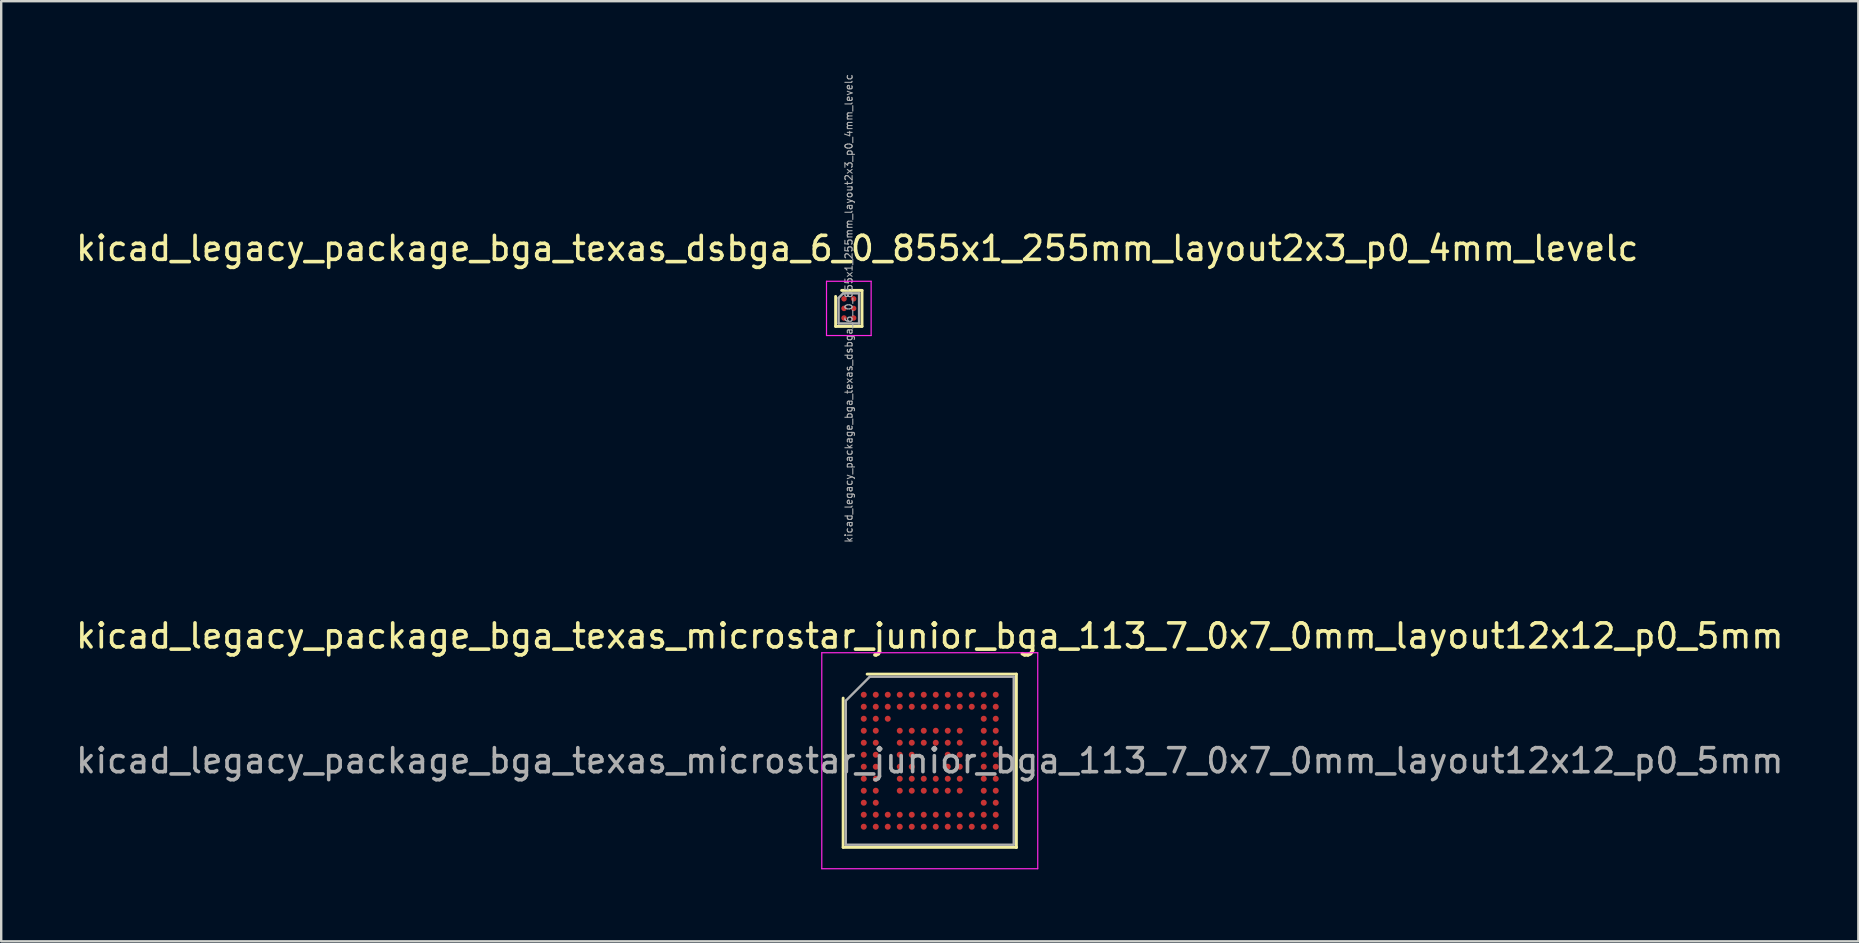
<source format=kicad_pcb>
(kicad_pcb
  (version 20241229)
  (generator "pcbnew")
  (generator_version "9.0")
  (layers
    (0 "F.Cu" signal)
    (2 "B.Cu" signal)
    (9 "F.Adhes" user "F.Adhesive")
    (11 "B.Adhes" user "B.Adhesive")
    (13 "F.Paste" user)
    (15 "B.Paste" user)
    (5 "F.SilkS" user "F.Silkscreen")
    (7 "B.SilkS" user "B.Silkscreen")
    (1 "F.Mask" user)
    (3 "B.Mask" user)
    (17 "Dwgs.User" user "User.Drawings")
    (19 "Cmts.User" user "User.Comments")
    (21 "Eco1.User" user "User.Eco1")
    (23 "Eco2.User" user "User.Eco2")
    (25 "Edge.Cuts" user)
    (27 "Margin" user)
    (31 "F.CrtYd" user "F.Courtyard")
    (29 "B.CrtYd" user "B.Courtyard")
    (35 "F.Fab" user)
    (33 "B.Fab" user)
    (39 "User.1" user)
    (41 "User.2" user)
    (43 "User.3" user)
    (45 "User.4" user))
  (footprint "kicad_legacy_package_bga_texas_dsbga_6_0_855x1_255mm_layout2x3_p0_4mm_levelc"
    (layer "F.Cu")
    (at 32.323 9.802)
    (property "Reference" "kicad_legacy_package_bga_texas_dsbga_6_0_855x1_255mm_layout2x3_p0_4mm_levelc" (at 0.35 -2.5 0) (layer "F.SilkS") (effects (font (size 1 1) (thickness 0.15))))
    (attr smd)
    (fp_line (start -0.55 0.75) (end -0.55 -0.5) (stroke (width 0.12) (type solid)) (layer "F.SilkS"))
    (fp_line (start -0.3 -0.75) (end 0.55 -0.75) (stroke (width 0.12) (type solid)) (layer "F.SilkS"))
    (fp_line (start 0.55 -0.75) (end 0.55 0.75) (stroke (width 0.12) (type solid)) (layer "F.SilkS"))
    (fp_line (start 0.55 0.75) (end -0.55 0.75) (stroke (width 0.12) (type solid)) (layer "F.SilkS"))
    (fp_rect (start -0.275 -0.475) (end -0.125 -0.325) (stroke (width 0.1) (type solid)) (fill yes) (layer "F.Paste"))
    (fp_rect (start -0.275 -0.075) (end -0.125 0.075) (stroke (width 0.1) (type solid)) (fill yes) (layer "F.Paste"))
    (fp_rect (start -0.275 0.325) (end -0.125 0.475) (stroke (width 0.1) (type solid)) (fill yes) (layer "F.Paste"))
    (fp_rect (start 0.125 -0.475) (end 0.275 -0.325) (stroke (width 0.1) (type solid)) (fill yes) (layer "F.Paste"))
    (fp_rect (start 0.125 -0.075) (end 0.275 0.075) (stroke (width 0.1) (type solid)) (fill yes) (layer "F.Paste"))
    (fp_rect (start 0.125 0.325) (end 0.275 0.475) (stroke (width 0.1) (type solid)) (fill yes) (layer "F.Paste"))
    (fp_line (start -0.93 -1.13) (end -0.93 1.13) (stroke (width 0.05) (type solid)) (layer "F.CrtYd"))
    (fp_line (start -0.93 1.13) (end 0.93 1.13) (stroke (width 0.05) (type solid)) (layer "F.CrtYd"))
    (fp_line (start 0.93 -1.13) (end -0.93 -1.13) (stroke (width 0.05) (type solid)) (layer "F.CrtYd"))
    (fp_line (start 0.93 1.13) (end 0.93 -1.13) (stroke (width 0.05) (type solid)) (layer "F.CrtYd"))
    (fp_line (start -0.427 -0.438) (end -0.237 -0.627) (stroke (width 0.1) (type solid)) (layer "F.Fab"))
    (fp_line (start -0.427 0.627) (end -0.427 -0.438) (stroke (width 0.1) (type solid)) (layer "F.Fab"))
    (fp_line (start -0.237 -0.627) (end 0.427 -0.627) (stroke (width 0.1) (type solid)) (layer "F.Fab"))
    (fp_line (start 0.427 -0.627) (end 0.427 0.627) (stroke (width 0.1) (type solid)) (layer "F.Fab"))
    (fp_line (start 0.427 0.627) (end -0.427 0.627) (stroke (width 0.1) (type solid)) (layer "F.Fab"))
    (fp_text user "${REFERENCE}" (at 0 0 270) (layer "F.Fab") (effects (font (size 0.3 0.3) (thickness 0.045))))
    (pad "A1" smd circle (at -0.2 -0.4) (size 0.23 0.23) (layers "F.Cu" "F.Mask"))
    (pad "A2" smd circle (at 0.2 -0.4) (size 0.23 0.23) (layers "F.Cu" "F.Mask"))
    (pad "B1" smd circle (at -0.2 0) (size 0.23 0.23) (layers "F.Cu" "F.Mask"))
    (pad "B2" smd circle (at 0.2 0) (size 0.23 0.23) (layers "F.Cu" "F.Mask"))
    (pad "C1" smd circle (at -0.2 0.4) (size 0.23 0.23) (layers "F.Cu" "F.Mask"))
    (pad "C2" smd circle (at 0.2 0.4) (size 0.23 0.23) (layers "F.Cu" "F.Mask")))
  (footprint "kicad_legacy_package_bga_texas_microstar_junior_bga_113_7_0x7_0mm_layout12x12_p0_5mm"
    (layer "F.Cu")
    (at 35.696 28.652)
    (property "Reference" "kicad_legacy_package_bga_texas_microstar_junior_bga_113_7_0x7_0mm_layout12x12_p0_5mm" (at 0 -5.2 0) (layer "F.SilkS") (effects (font (size 1 1) (thickness 0.15))))
    (attr smd)
    (fp_line (start -3.61 3.61) (end -3.61 -2.61) (stroke (width 0.12) (type solid)) (layer "F.SilkS"))
    (fp_line (start -2.61 -3.61) (end 3.61 -3.61) (stroke (width 0.12) (type solid)) (layer "F.SilkS"))
    (fp_line (start 3.61 -3.61) (end 3.61 3.61) (stroke (width 0.12) (type solid)) (layer "F.SilkS"))
    (fp_line (start 3.61 3.61) (end -3.61 3.61) (stroke (width 0.12) (type solid)) (layer "F.SilkS"))
    (fp_line (start 3.61 3.61) (end 3.61 3.61) (stroke (width 0.12) (type solid)) (layer "F.SilkS"))
    (fp_line (start -4.5 -4.5) (end 4.5 -4.5) (stroke (width 0.05) (type solid)) (layer "F.CrtYd"))
    (fp_line (start -4.5 4.5) (end -4.5 -4.5) (stroke (width 0.05) (type solid)) (layer "F.CrtYd"))
    (fp_line (start 4.5 -4.5) (end 4.5 4.5) (stroke (width 0.05) (type solid)) (layer "F.CrtYd"))
    (fp_line (start 4.5 4.5) (end -4.5 4.5) (stroke (width 0.05) (type solid)) (layer "F.CrtYd"))
    (fp_line (start -3.5 3.5) (end -3.5 -2.5) (stroke (width 0.1) (type solid)) (layer "F.Fab"))
    (fp_line (start -2.5 -3.5) (end -3.5 -2.5) (stroke (width 0.1) (type solid)) (layer "F.Fab"))
    (fp_line (start -2.5 -3.5) (end 3.5 -3.5) (stroke (width 0.1) (type solid)) (layer "F.Fab"))
    (fp_line (start 3.5 -3.5) (end 3.5 3.5) (stroke (width 0.1) (type solid)) (layer "F.Fab"))
    (fp_line (start 3.5 3.5) (end -3.5 3.5) (stroke (width 0.1) (type solid)) (layer "F.Fab"))
    (fp_text user "${REFERENCE}" (at 0 0 0) (layer "F.Fab") (effects (font (size 1 1) (thickness 0.15))))
    (pad "A1" smd circle (at -2.75 -2.75) (size 0.25 0.25) (layers "F.Cu" "F.Mask" "F.Paste"))
    (pad "A2" smd circle (at -2.25 -2.75) (size 0.25 0.25) (layers "F.Cu" "F.Mask" "F.Paste"))
    (pad "A3" smd circle (at -1.75 -2.75) (size 0.25 0.25) (layers "F.Cu" "F.Mask" "F.Paste"))
    (pad "A4" smd circle (at -1.25 -2.75) (size 0.25 0.25) (layers "F.Cu" "F.Mask" "F.Paste"))
    (pad "A5" smd circle (at -0.75 -2.75) (size 0.25 0.25) (layers "F.Cu" "F.Mask" "F.Paste"))
    (pad "A6" smd circle (at -0.25 -2.75) (size 0.25 0.25) (layers "F.Cu" "F.Mask" "F.Paste"))
    (pad "A7" smd circle (at 0.25 -2.75) (size 0.25 0.25) (layers "F.Cu" "F.Mask" "F.Paste"))
    (pad "A8" smd circle (at 0.75 -2.75) (size 0.25 0.25) (layers "F.Cu" "F.Mask" "F.Paste"))
    (pad "A9" smd circle (at 1.25 -2.75) (size 0.25 0.25) (layers "F.Cu" "F.Mask" "F.Paste"))
    (pad "A10" smd circle (at 1.75 -2.75) (size 0.25 0.25) (layers "F.Cu" "F.Mask" "F.Paste"))
    (pad "A11" smd circle (at 2.25 -2.75) (size 0.25 0.25) (layers "F.Cu" "F.Mask" "F.Paste"))
    (pad "A12" smd circle (at 2.75 -2.75) (size 0.25 0.25) (layers "F.Cu" "F.Mask" "F.Paste"))
    (pad "B1" smd circle (at -2.75 -2.25) (size 0.25 0.25) (layers "F.Cu" "F.Mask" "F.Paste"))
    (pad "B2" smd circle (at -2.25 -2.25) (size 0.25 0.25) (layers "F.Cu" "F.Mask" "F.Paste"))
    (pad "B3" smd circle (at -1.75 -2.25) (size 0.25 0.25) (layers "F.Cu" "F.Mask" "F.Paste"))
    (pad "B4" smd circle (at -1.25 -2.25) (size 0.25 0.25) (layers "F.Cu" "F.Mask" "F.Paste"))
    (pad "B5" smd circle (at -0.75 -2.25) (size 0.25 0.25) (layers "F.Cu" "F.Mask" "F.Paste"))
    (pad "B6" smd circle (at -0.25 -2.25) (size 0.25 0.25) (layers "F.Cu" "F.Mask" "F.Paste"))
    (pad "B7" smd circle (at 0.25 -2.25) (size 0.25 0.25) (layers "F.Cu" "F.Mask" "F.Paste"))
    (pad "B8" smd circle (at 0.75 -2.25) (size 0.25 0.25) (layers "F.Cu" "F.Mask" "F.Paste"))
    (pad "B9" smd circle (at 1.25 -2.25) (size 0.25 0.25) (layers "F.Cu" "F.Mask" "F.Paste"))
    (pad "B10" smd circle (at 1.75 -2.25) (size 0.25 0.25) (layers "F.Cu" "F.Mask" "F.Paste"))
    (pad "B11" smd circle (at 2.25 -2.25) (size 0.25 0.25) (layers "F.Cu" "F.Mask" "F.Paste"))
    (pad "B12" smd circle (at 2.75 -2.25) (size 0.25 0.25) (layers "F.Cu" "F.Mask" "F.Paste"))
    (pad "C1" smd circle (at -2.75 -1.75) (size 0.25 0.25) (layers "F.Cu" "F.Mask" "F.Paste"))
    (pad "C2" smd circle (at -2.25 -1.75) (size 0.25 0.25) (layers "F.Cu" "F.Mask" "F.Paste"))
    (pad "C3" smd circle (at -1.75 -1.75) (size 0.25 0.25) (layers "F.Cu" "F.Mask" "F.Paste"))
    (pad "C11" smd circle (at 2.25 -1.75) (size 0.25 0.25) (layers "F.Cu" "F.Mask" "F.Paste"))
    (pad "C12" smd circle (at 2.75 -1.75) (size 0.25 0.25) (layers "F.Cu" "F.Mask" "F.Paste"))
    (pad "D1" smd circle (at -2.75 -1.25) (size 0.25 0.25) (layers "F.Cu" "F.Mask" "F.Paste"))
    (pad "D2" smd circle (at -2.25 -1.25) (size 0.25 0.25) (layers "F.Cu" "F.Mask" "F.Paste"))
    (pad "D4" smd circle (at -1.25 -1.25) (size 0.25 0.25) (layers "F.Cu" "F.Mask" "F.Paste"))
    (pad "D5" smd circle (at -0.75 -1.25) (size 0.25 0.25) (layers "F.Cu" "F.Mask" "F.Paste"))
    (pad "D6" smd circle (at -0.25 -1.25) (size 0.25 0.25) (layers "F.Cu" "F.Mask" "F.Paste"))
    (pad "D7" smd circle (at 0.25 -1.25) (size 0.25 0.25) (layers "F.Cu" "F.Mask" "F.Paste"))
    (pad "D8" smd circle (at 0.75 -1.25) (size 0.25 0.25) (layers "F.Cu" "F.Mask" "F.Paste"))
    (pad "D9" smd circle (at 1.25 -1.25) (size 0.25 0.25) (layers "F.Cu" "F.Mask" "F.Paste"))
    (pad "D11" smd circle (at 2.25 -1.25) (size 0.25 0.25) (layers "F.Cu" "F.Mask" "F.Paste"))
    (pad "D12" smd circle (at 2.75 -1.25) (size 0.25 0.25) (layers "F.Cu" "F.Mask" "F.Paste"))
    (pad "E1" smd circle (at -2.75 -0.75) (size 0.25 0.25) (layers "F.Cu" "F.Mask" "F.Paste"))
    (pad "E2" smd circle (at -2.25 -0.75) (size 0.25 0.25) (layers "F.Cu" "F.Mask" "F.Paste"))
    (pad "E4" smd circle (at -1.25 -0.75) (size 0.25 0.25) (layers "F.Cu" "F.Mask" "F.Paste"))
    (pad "E5" smd circle (at -0.75 -0.75) (size 0.25 0.25) (layers "F.Cu" "F.Mask" "F.Paste"))
    (pad "E6" smd circle (at -0.25 -0.75) (size 0.25 0.25) (layers "F.Cu" "F.Mask" "F.Paste"))
    (pad "E7" smd circle (at 0.25 -0.75) (size 0.25 0.25) (layers "F.Cu" "F.Mask" "F.Paste"))
    (pad "E8" smd circle (at 0.75 -0.75) (size 0.25 0.25) (layers "F.Cu" "F.Mask" "F.Paste"))
    (pad "E9" smd circle (at 1.25 -0.75) (size 0.25 0.25) (layers "F.Cu" "F.Mask" "F.Paste"))
    (pad "E11" smd circle (at 2.25 -0.75) (size 0.25 0.25) (layers "F.Cu" "F.Mask" "F.Paste"))
    (pad "E12" smd circle (at 2.75 -0.75) (size 0.25 0.25) (layers "F.Cu" "F.Mask" "F.Paste"))
    (pad "F1" smd circle (at -2.75 -0.25) (size 0.25 0.25) (layers "F.Cu" "F.Mask" "F.Paste"))
    (pad "F2" smd circle (at -2.25 -0.25) (size 0.25 0.25) (layers "F.Cu" "F.Mask" "F.Paste"))
    (pad "F4" smd circle (at -1.25 -0.25) (size 0.25 0.25) (layers "F.Cu" "F.Mask" "F.Paste"))
    (pad "F5" smd circle (at -0.75 -0.25) (size 0.25 0.25) (layers "F.Cu" "F.Mask" "F.Paste"))
    (pad "F8" smd circle (at 0.75 -0.25) (size 0.25 0.25) (layers "F.Cu" "F.Mask" "F.Paste"))
    (pad "F9" smd circle (at 1.25 -0.25) (size 0.25 0.25) (layers "F.Cu" "F.Mask" "F.Paste"))
    (pad "F11" smd circle (at 2.25 -0.25) (size 0.25 0.25) (layers "F.Cu" "F.Mask" "F.Paste"))
    (pad "F12" smd circle (at 2.75 -0.25) (size 0.25 0.25) (layers "F.Cu" "F.Mask" "F.Paste"))
    (pad "G1" smd circle (at -2.75 0.25) (size 0.25 0.25) (layers "F.Cu" "F.Mask" "F.Paste"))
    (pad "G2" smd circle (at -2.25 0.25) (size 0.25 0.25) (layers "F.Cu" "F.Mask" "F.Paste"))
    (pad "G4" smd circle (at -1.25 0.25) (size 0.25 0.25) (layers "F.Cu" "F.Mask" "F.Paste"))
    (pad "G5" smd circle (at -0.75 0.25) (size 0.25 0.25) (layers "F.Cu" "F.Mask" "F.Paste"))
    (pad "G8" smd circle (at 0.75 0.25) (size 0.25 0.25) (layers "F.Cu" "F.Mask" "F.Paste"))
    (pad "G9" smd circle (at 1.25 0.25) (size 0.25 0.25) (layers "F.Cu" "F.Mask" "F.Paste"))
    (pad "G11" smd circle (at 2.25 0.25) (size 0.25 0.25) (layers "F.Cu" "F.Mask" "F.Paste"))
    (pad "G12" smd circle (at 2.75 0.25) (size 0.25 0.25) (layers "F.Cu" "F.Mask" "F.Paste"))
    (pad "H1" smd circle (at -2.75 0.75) (size 0.25 0.25) (layers "F.Cu" "F.Mask" "F.Paste"))
    (pad "H2" smd circle (at -2.25 0.75) (size 0.25 0.25) (layers "F.Cu" "F.Mask" "F.Paste"))
    (pad "H4" smd circle (at -1.25 0.75) (size 0.25 0.25) (layers "F.Cu" "F.Mask" "F.Paste"))
    (pad "H5" smd circle (at -0.75 0.75) (size 0.25 0.25) (layers "F.Cu" "F.Mask" "F.Paste"))
    (pad "H6" smd circle (at -0.25 0.75) (size 0.25 0.25) (layers "F.Cu" "F.Mask" "F.Paste"))
    (pad "H7" smd circle (at 0.25 0.75) (size 0.25 0.25) (layers "F.Cu" "F.Mask" "F.Paste"))
    (pad "H8" smd circle (at 0.75 0.75) (size 0.25 0.25) (layers "F.Cu" "F.Mask" "F.Paste"))
    (pad "H9" smd circle (at 1.25 0.75) (size 0.25 0.25) (layers "F.Cu" "F.Mask" "F.Paste"))
    (pad "H11" smd circle (at 2.25 0.75) (size 0.25 0.25) (layers "F.Cu" "F.Mask" "F.Paste"))
    (pad "H12" smd circle (at 2.75 0.75) (size 0.25 0.25) (layers "F.Cu" "F.Mask" "F.Paste"))
    (pad "J1" smd circle (at -2.75 1.25) (size 0.25 0.25) (layers "F.Cu" "F.Mask" "F.Paste"))
    (pad "J2" smd circle (at -2.25 1.25) (size 0.25 0.25) (layers "F.Cu" "F.Mask" "F.Paste"))
    (pad "J4" smd circle (at -1.25 1.25) (size 0.25 0.25) (layers "F.Cu" "F.Mask" "F.Paste"))
    (pad "J5" smd circle (at -0.75 1.25) (size 0.25 0.25) (layers "F.Cu" "F.Mask" "F.Paste"))
    (pad "J6" smd circle (at -0.25 1.25) (size 0.25 0.25) (layers "F.Cu" "F.Mask" "F.Paste"))
    (pad "J7" smd circle (at 0.25 1.25) (size 0.25 0.25) (layers "F.Cu" "F.Mask" "F.Paste"))
    (pad "J8" smd circle (at 0.75 1.25) (size 0.25 0.25) (layers "F.Cu" "F.Mask" "F.Paste"))
    (pad "J9" smd circle (at 1.25 1.25) (size 0.25 0.25) (layers "F.Cu" "F.Mask" "F.Paste"))
    (pad "J11" smd circle (at 2.25 1.25) (size 0.25 0.25) (layers "F.Cu" "F.Mask" "F.Paste"))
    (pad "J12" smd circle (at 2.75 1.25) (size 0.25 0.25) (layers "F.Cu" "F.Mask" "F.Paste"))
    (pad "K1" smd circle (at -2.75 1.75) (size 0.25 0.25) (layers "F.Cu" "F.Mask" "F.Paste"))
    (pad "K2" smd circle (at -2.25 1.75) (size 0.25 0.25) (layers "F.Cu" "F.Mask" "F.Paste"))
    (pad "K11" smd circle (at 2.25 1.75) (size 0.25 0.25) (layers "F.Cu" "F.Mask" "F.Paste"))
    (pad "K12" smd circle (at 2.75 1.75) (size 0.25 0.25) (layers "F.Cu" "F.Mask" "F.Paste"))
    (pad "L1" smd circle (at -2.75 2.25) (size 0.25 0.25) (layers "F.Cu" "F.Mask" "F.Paste"))
    (pad "L2" smd circle (at -2.25 2.25) (size 0.25 0.25) (layers "F.Cu" "F.Mask" "F.Paste"))
    (pad "L3" smd circle (at -1.75 2.25) (size 0.25 0.25) (layers "F.Cu" "F.Mask" "F.Paste"))
    (pad "L4" smd circle (at -1.25 2.25) (size 0.25 0.25) (layers "F.Cu" "F.Mask" "F.Paste"))
    (pad "L5" smd circle (at -0.75 2.25) (size 0.25 0.25) (layers "F.Cu" "F.Mask" "F.Paste"))
    (pad "L6" smd circle (at -0.25 2.25) (size 0.25 0.25) (layers "F.Cu" "F.Mask" "F.Paste"))
    (pad "L7" smd circle (at 0.25 2.25) (size 0.25 0.25) (layers "F.Cu" "F.Mask" "F.Paste"))
    (pad "L8" smd circle (at 0.75 2.25) (size 0.25 0.25) (layers "F.Cu" "F.Mask" "F.Paste"))
    (pad "L9" smd circle (at 1.25 2.25) (size 0.25 0.25) (layers "F.Cu" "F.Mask" "F.Paste"))
    (pad "L10" smd circle (at 1.75 2.25) (size 0.25 0.25) (layers "F.Cu" "F.Mask" "F.Paste"))
    (pad "L11" smd circle (at 2.25 2.25) (size 0.25 0.25) (layers "F.Cu" "F.Mask" "F.Paste"))
    (pad "L12" smd circle (at 2.75 2.25) (size 0.25 0.25) (layers "F.Cu" "F.Mask" "F.Paste"))
    (pad "M1" smd circle (at -2.75 2.75) (size 0.25 0.25) (layers "F.Cu" "F.Mask" "F.Paste"))
    (pad "M2" smd circle (at -2.25 2.75) (size 0.25 0.25) (layers "F.Cu" "F.Mask" "F.Paste"))
    (pad "M3" smd circle (at -1.75 2.75) (size 0.25 0.25) (layers "F.Cu" "F.Mask" "F.Paste"))
    (pad "M4" smd circle (at -1.25 2.75) (size 0.25 0.25) (layers "F.Cu" "F.Mask" "F.Paste"))
    (pad "M5" smd circle (at -0.75 2.75) (size 0.25 0.25) (layers "F.Cu" "F.Mask" "F.Paste"))
    (pad "M6" smd circle (at -0.25 2.75) (size 0.25 0.25) (layers "F.Cu" "F.Mask" "F.Paste"))
    (pad "M7" smd circle (at 0.25 2.75) (size 0.25 0.25) (layers "F.Cu" "F.Mask" "F.Paste"))
    (pad "M8" smd circle (at 0.75 2.75) (size 0.25 0.25) (layers "F.Cu" "F.Mask" "F.Paste"))
    (pad "M9" smd circle (at 1.25 2.75) (size 0.25 0.25) (layers "F.Cu" "F.Mask" "F.Paste"))
    (pad "M10" smd circle (at 1.75 2.75) (size 0.25 0.25) (layers "F.Cu" "F.Mask" "F.Paste"))
    (pad "M11" smd circle (at 2.25 2.75) (size 0.25 0.25) (layers "F.Cu" "F.Mask" "F.Paste"))
    (pad "M12" smd circle (at 2.75 2.75) (size 0.25 0.25) (layers "F.Cu" "F.Mask" "F.Paste")))
  (gr_rect
    (start -3 -3)
    (end 74.393 36.177)
    (stroke (width 0.1) (type default))
    (fill no)
    (layer "Edge.Cuts")))
</source>
